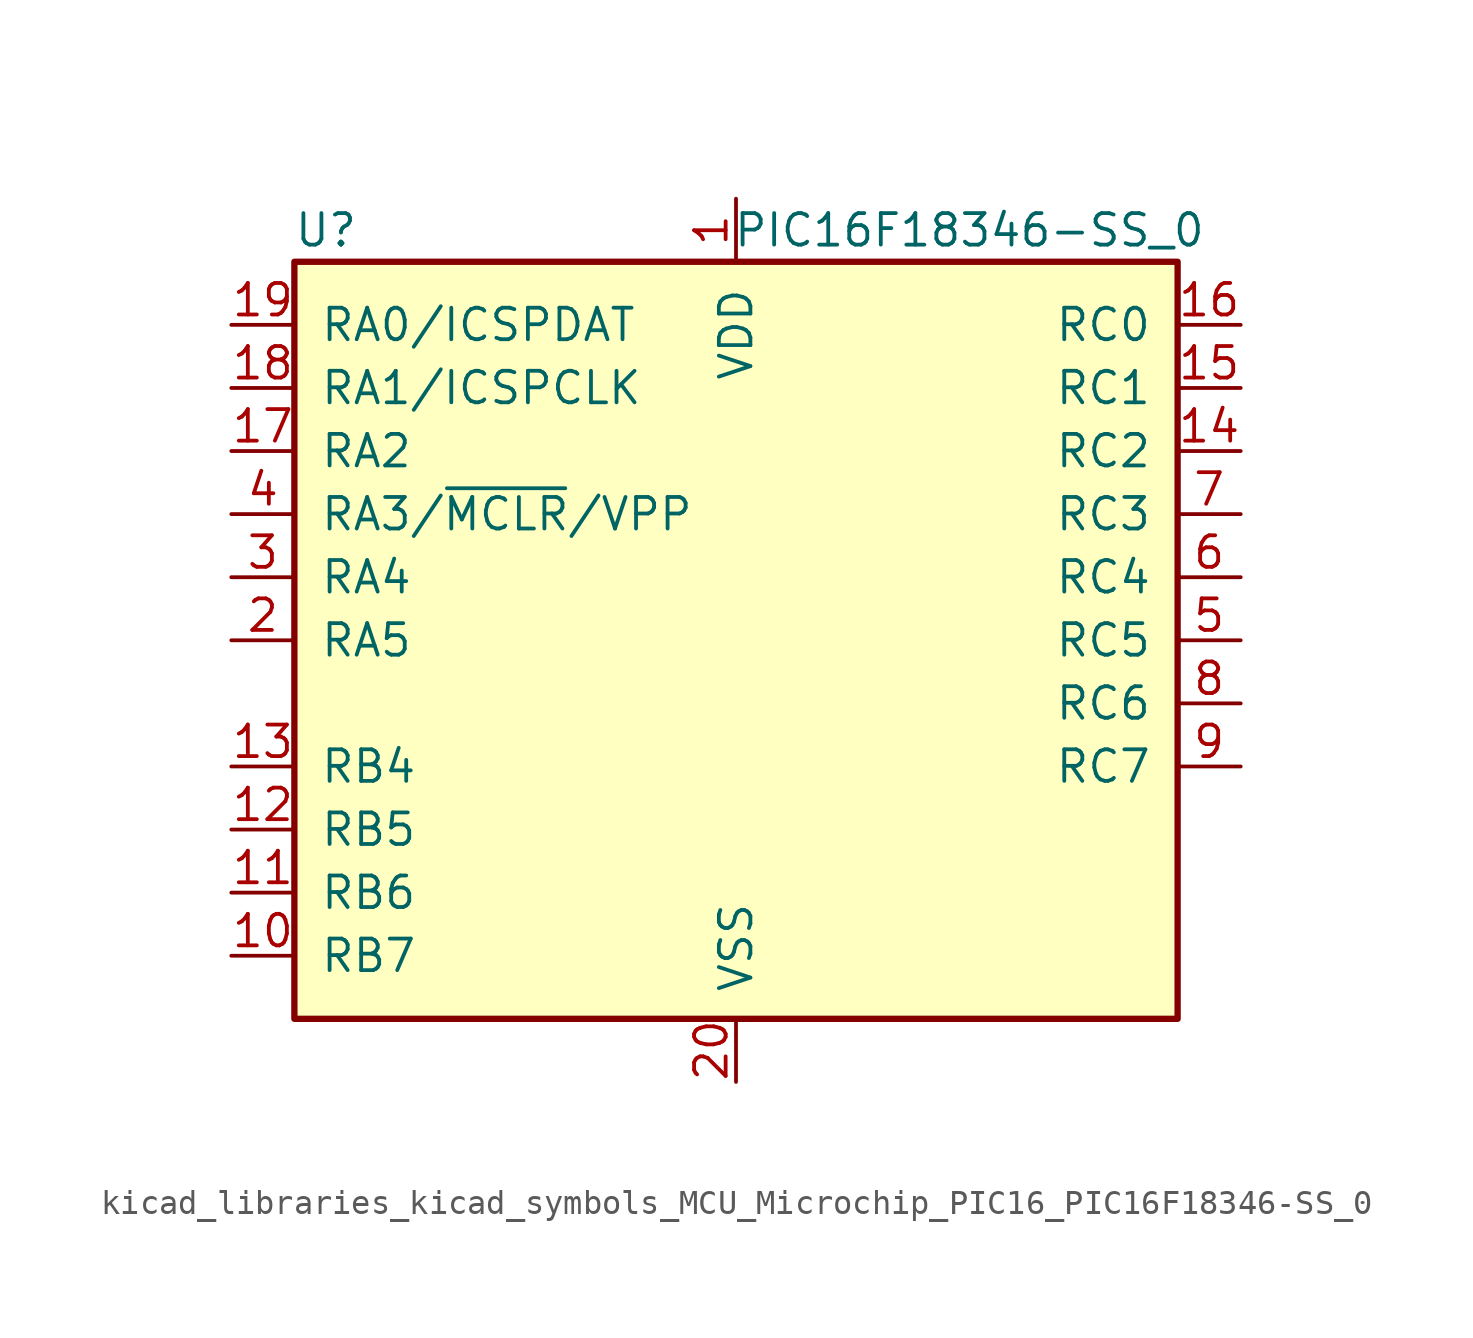
<source format=kicad_sym>
(kicad_symbol_lib
  (version 20220914)
  (generator kicad_symbol_editor)
  (symbol "kicad_libraries_kicad_symbols_MCU_Microchip_PIC16_PIC16F18346-SS_0"
    (pin_names
      (offset 1.016))
    (property "Reference" "U"
      (at -16.51 16.51 0)
      (effects (font (size 1.27 1.27))))
    (property "Value" "PIC16F18346-SS_0"
      (at 9.398 16.51 0)
      (effects (font (size 1.27 1.27))))
    (symbol "kicad_libraries_kicad_symbols_MCU_Microchip_PIC16_PIC16F18346-SS_0_0_1"
      (rectangle (start -17.78 15.24) (end 17.78 -15.24) (stroke (width 0.254) (type default)) (fill (type background))))
    (symbol "kicad_libraries_kicad_symbols_MCU_Microchip_PIC16_PIC16F18346-SS_0_1_1"
      (pin power_in line (at 0 17.78 270) (length 2.54) (name "VDD" (effects (font (size 1.27 1.27)))) (number "1" (effects (font (size 1.27 1.27)))))
      (pin bidirectional line (at -20.32 -12.7 0) (length 2.54) (name "RB7" (effects (font (size 1.27 1.27)))) (number "10" (effects (font (size 1.27 1.27)))))
      (pin bidirectional line (at -20.32 -10.16 0) (length 2.54) (name "RB6" (effects (font (size 1.27 1.27)))) (number "11" (effects (font (size 1.27 1.27)))))
      (pin bidirectional line (at -20.32 -7.62 0) (length 2.54) (name "RB5" (effects (font (size 1.27 1.27)))) (number "12" (effects (font (size 1.27 1.27)))))
      (pin bidirectional line (at -20.32 -5.08 0) (length 2.54) (name "RB4" (effects (font (size 1.27 1.27)))) (number "13" (effects (font (size 1.27 1.27)))))
      (pin bidirectional line (at 20.32 7.62 180) (length 2.54) (name "RC2" (effects (font (size 1.27 1.27)))) (number "14" (effects (font (size 1.27 1.27)))))
      (pin bidirectional line (at 20.32 10.16 180) (length 2.54) (name "RC1" (effects (font (size 1.27 1.27)))) (number "15" (effects (font (size 1.27 1.27)))))
      (pin bidirectional line (at 20.32 12.7 180) (length 2.54) (name "RC0" (effects (font (size 1.27 1.27)))) (number "16" (effects (font (size 1.27 1.27)))))
      (pin bidirectional line (at -20.32 7.62 0) (length 2.54) (name "RA2" (effects (font (size 1.27 1.27)))) (number "17" (effects (font (size 1.27 1.27)))))
      (pin bidirectional line (at -20.32 10.16 0) (length 2.54) (name "RA1/ICSPCLK" (effects (font (size 1.27 1.27)))) (number "18" (effects (font (size 1.27 1.27)))))
      (pin bidirectional line (at -20.32 12.7 0) (length 2.54) (name "RA0/ICSPDAT" (effects (font (size 1.27 1.27)))) (number "19" (effects (font (size 1.27 1.27)))))
      (pin bidirectional line (at -20.32 0 0) (length 2.54) (name "RA5" (effects (font (size 1.27 1.27)))) (number "2" (effects (font (size 1.27 1.27)))))
      (pin power_in line (at 0 -17.78 90) (length 2.54) (name "VSS" (effects (font (size 1.27 1.27)))) (number "20" (effects (font (size 1.27 1.27)))))
      (pin bidirectional line (at -20.32 2.54 0) (length 2.54) (name "RA4" (effects (font (size 1.27 1.27)))) (number "3" (effects (font (size 1.27 1.27)))))
      (pin bidirectional line (at -20.32 5.08 0) (length 2.54) (name "RA3/~{MCLR}/VPP" (effects (font (size 1.27 1.27)))) (number "4" (effects (font (size 1.27 1.27)))))
      (pin bidirectional line (at 20.32 0 180) (length 2.54) (name "RC5" (effects (font (size 1.27 1.27)))) (number "5" (effects (font (size 1.27 1.27)))))
      (pin bidirectional line (at 20.32 2.54 180) (length 2.54) (name "RC4" (effects (font (size 1.27 1.27)))) (number "6" (effects (font (size 1.27 1.27)))))
      (pin bidirectional line (at 20.32 5.08 180) (length 2.54) (name "RC3" (effects (font (size 1.27 1.27)))) (number "7" (effects (font (size 1.27 1.27)))))
      (pin bidirectional line (at 20.32 -2.54 180) (length 2.54) (name "RC6" (effects (font (size 1.27 1.27)))) (number "8" (effects (font (size 1.27 1.27)))))
      (pin bidirectional line (at 20.32 -5.08 180) (length 2.54) (name "RC7" (effects (font (size 1.27 1.27)))) (number "9" (effects (font (size 1.27 1.27))))))))
</source>
